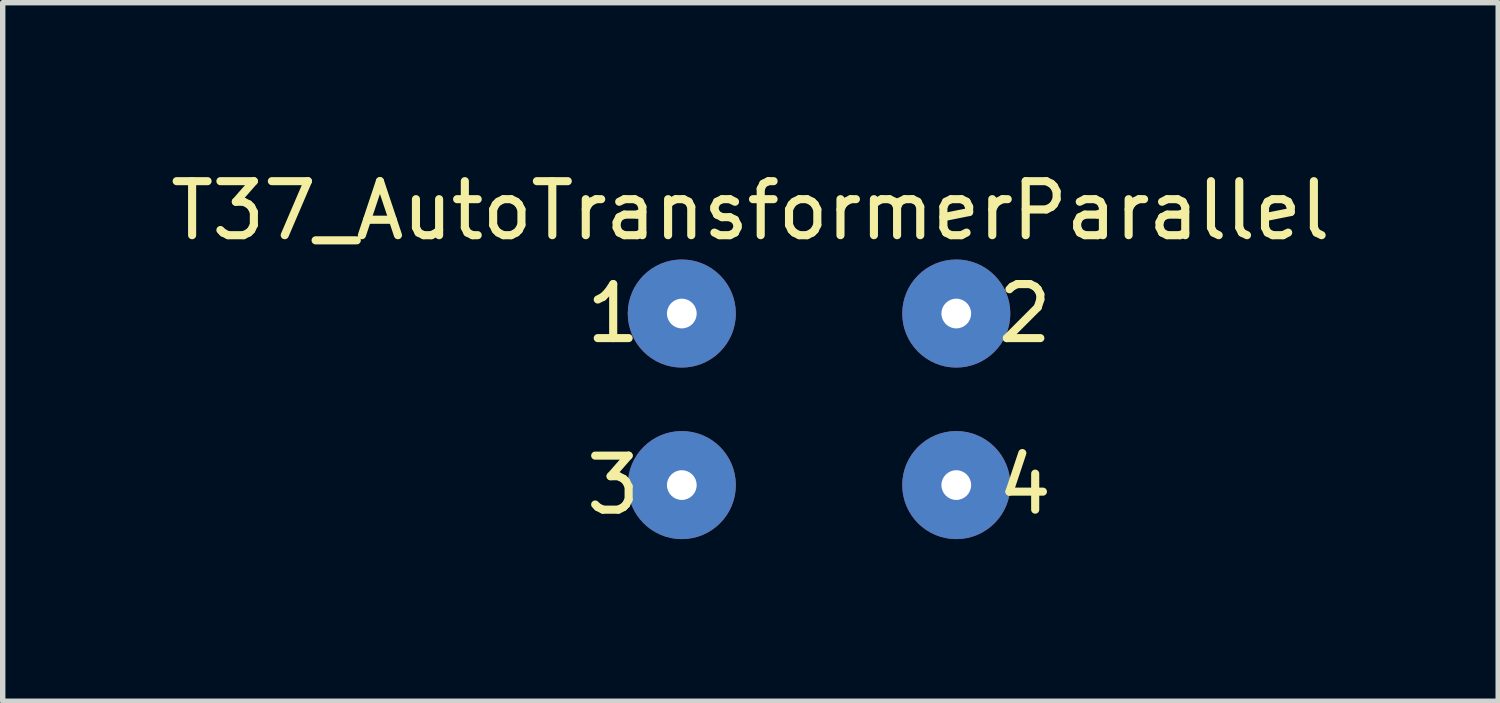
<source format=kicad_pcb>
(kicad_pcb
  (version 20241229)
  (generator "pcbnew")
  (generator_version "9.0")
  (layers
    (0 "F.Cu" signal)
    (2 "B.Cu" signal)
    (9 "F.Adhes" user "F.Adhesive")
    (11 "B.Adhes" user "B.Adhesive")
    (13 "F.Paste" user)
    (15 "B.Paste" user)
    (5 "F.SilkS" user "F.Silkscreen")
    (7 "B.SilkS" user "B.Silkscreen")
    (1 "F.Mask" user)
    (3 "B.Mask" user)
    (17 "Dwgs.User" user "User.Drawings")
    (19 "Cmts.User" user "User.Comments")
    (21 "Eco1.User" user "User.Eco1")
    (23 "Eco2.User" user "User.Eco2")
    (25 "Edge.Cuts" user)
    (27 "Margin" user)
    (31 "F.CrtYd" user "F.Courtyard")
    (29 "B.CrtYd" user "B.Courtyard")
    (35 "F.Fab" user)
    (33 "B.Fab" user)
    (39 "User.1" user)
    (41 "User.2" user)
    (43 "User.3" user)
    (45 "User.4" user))
  (footprint "T37_AutoTransformerParallel"
    (layer "F.Cu")
    (at 12.109 5.293)
    (property "Reference" "T37_AutoTransformerParallel" (at -1.27 -4.445 0) (layer "F.SilkS") (effects (font (size 1 1) (thickness 0.15))))
    (attr through_hole)
    (fp_text user "2" (at 3.81 -2.54 0) (layer "F.SilkS") (effects (font (size 1 1) (thickness 0.15))))
    (fp_text user "3" (at -3.81 0.635 0) (layer "F.SilkS") (effects (font (size 1 1) (thickness 0.15))))
    (fp_text user "1" (at -3.81 -2.54 0) (layer "F.SilkS") (effects (font (size 1 1) (thickness 0.15))))
    (fp_text user "4" (at 3.81 0.635 0) (layer "F.SilkS") (effects (font (size 1 1) (thickness 0.15))))
    (pad "1" thru_hole circle (at -2.54 -2.54) (size 2 2) (drill 0.55) (layers "*.Cu" "*.Mask"))
    (pad "2" thru_hole circle (at 2.54 -2.54) (size 2 2) (drill 0.55) (layers "*.Cu" "*.Mask"))
    (pad "3" thru_hole circle (at -2.54 0.635) (size 2 2) (drill 0.55) (layers "*.Cu" "*.Mask"))
    (pad "4" thru_hole circle (at 2.54 0.635) (size 2 2) (drill 0.55) (layers "*.Cu" "*.Mask")))
  (gr_rect
    (start -3 -3)
    (end 24.679 9.928)
    (stroke (width 0.1) (type default))
    (fill no)
    (layer "Edge.Cuts")))
</source>
